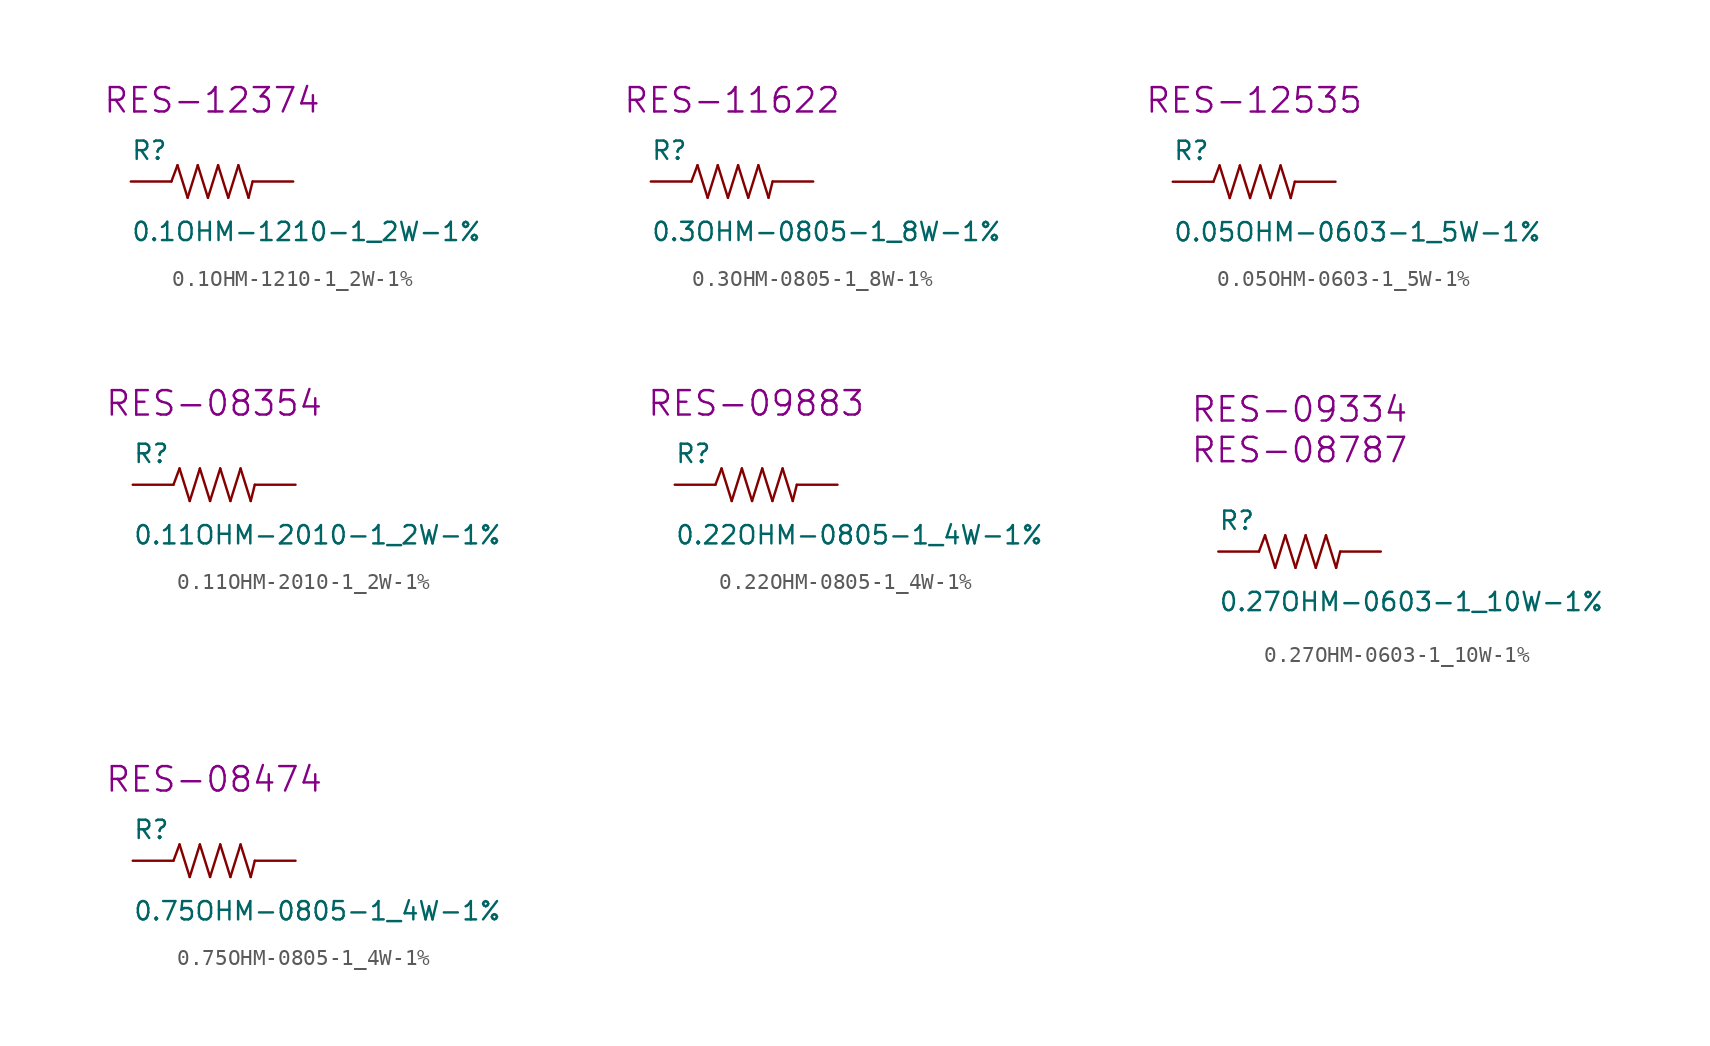
<source format=kicad_sym>
(kicad_symbol_lib
  (version 20211014)
  (generator kicad_symbol_editor)
  (symbol "0.1OHM-1210-1_2W-1%"
    (pin_numbers hide)
    (pin_names
      (offset 1.016) hide)
    (property "Reference" "R"
      (at -5.08 1.27 0)
      (effects (font (size 1.143 1.143)) (justify left bottom)))
    (property "Value" "0.1OHM-1210-1_2W-1%"
      (at -5.08 -3.81 0)
      (effects (font (size 1.143 1.143)) (justify left bottom)))
    (property "Field4" "RES-12374"
      (at 0 5.08 0)
      (effects (font (size 1.524 1.524))))
    (property "ki_locked" ""
      (at 0 0 0)
      (effects (font (size 1.27 1.27))))
    (symbol "0.1OHM-1210-1_2W-1%_1_0"
      (polyline (pts (xy -2.54 0) (xy -2.159 1.016)) (stroke (width 0) (type default) (color 0 0 0 0)) (fill (type none)))
      (polyline (pts (xy -2.159 1.016) (xy -1.524 -1.016)) (stroke (width 0) (type default) (color 0 0 0 0)) (fill (type none)))
      (polyline (pts (xy -1.524 -1.016) (xy -0.889 1.016)) (stroke (width 0) (type default) (color 0 0 0 0)) (fill (type none)))
      (polyline (pts (xy -0.889 1.016) (xy -0.254 -1.016)) (stroke (width 0) (type default) (color 0 0 0 0)) (fill (type none)))
      (polyline (pts (xy -0.254 -1.016) (xy 0.381 1.016)) (stroke (width 0) (type default) (color 0 0 0 0)) (fill (type none)))
      (polyline (pts (xy 0.381 1.016) (xy 1.016 -1.016)) (stroke (width 0) (type default) (color 0 0 0 0)) (fill (type none)))
      (polyline (pts (xy 1.016 -1.016) (xy 1.651 1.016)) (stroke (width 0) (type default) (color 0 0 0 0)) (fill (type none)))
      (polyline (pts (xy 1.651 1.016) (xy 2.286 -1.016)) (stroke (width 0) (type default) (color 0 0 0 0)) (fill (type none)))
      (polyline (pts (xy 2.286 -1.016) (xy 2.54 0)) (stroke (width 0) (type default) (color 0 0 0 0)) (fill (type none))))
    (symbol "0.1OHM-1210-1_2W-1%_1_1"
      (pin passive line (at -5.08 0 0) (length 2.54) (name "1" (effects (font (size 1.016 1.016)))) (number "1" (effects (font (size 1.016 1.016)))))
      (pin passive line (at 5.08 0 180) (length 2.54) (name "2" (effects (font (size 1.016 1.016)))) (number "2" (effects (font (size 1.016 1.016)))))))
  (symbol "0.3OHM-0805-1_8W-1%"
    (pin_numbers hide)
    (pin_names
      (offset 1.016) hide)
    (property "Reference" "R"
      (at -5.08 1.27 0)
      (effects (font (size 1.143 1.143)) (justify left bottom)))
    (property "Value" "0.3OHM-0805-1_8W-1%"
      (at -5.08 -3.81 0)
      (effects (font (size 1.143 1.143)) (justify left bottom)))
    (property "Field4" "RES-11622"
      (at 0 5.08 0)
      (effects (font (size 1.524 1.524))))
    (property "ki_locked" ""
      (at 0 0 0)
      (effects (font (size 1.27 1.27))))
    (symbol "0.3OHM-0805-1_8W-1%_1_0"
      (polyline (pts (xy -2.54 0) (xy -2.159 1.016)) (stroke (width 0) (type default) (color 0 0 0 0)) (fill (type none)))
      (polyline (pts (xy -2.159 1.016) (xy -1.524 -1.016)) (stroke (width 0) (type default) (color 0 0 0 0)) (fill (type none)))
      (polyline (pts (xy -1.524 -1.016) (xy -0.889 1.016)) (stroke (width 0) (type default) (color 0 0 0 0)) (fill (type none)))
      (polyline (pts (xy -0.889 1.016) (xy -0.254 -1.016)) (stroke (width 0) (type default) (color 0 0 0 0)) (fill (type none)))
      (polyline (pts (xy -0.254 -1.016) (xy 0.381 1.016)) (stroke (width 0) (type default) (color 0 0 0 0)) (fill (type none)))
      (polyline (pts (xy 0.381 1.016) (xy 1.016 -1.016)) (stroke (width 0) (type default) (color 0 0 0 0)) (fill (type none)))
      (polyline (pts (xy 1.016 -1.016) (xy 1.651 1.016)) (stroke (width 0) (type default) (color 0 0 0 0)) (fill (type none)))
      (polyline (pts (xy 1.651 1.016) (xy 2.286 -1.016)) (stroke (width 0) (type default) (color 0 0 0 0)) (fill (type none)))
      (polyline (pts (xy 2.286 -1.016) (xy 2.54 0)) (stroke (width 0) (type default) (color 0 0 0 0)) (fill (type none))))
    (symbol "0.3OHM-0805-1_8W-1%_1_1"
      (pin passive line (at -5.08 0 0) (length 2.54) (name "1" (effects (font (size 1.016 1.016)))) (number "1" (effects (font (size 1.016 1.016)))))
      (pin passive line (at 5.08 0 180) (length 2.54) (name "2" (effects (font (size 1.016 1.016)))) (number "2" (effects (font (size 1.016 1.016)))))))
  (symbol "0.05OHM-0603-1_5W-1%"
    (pin_numbers hide)
    (pin_names
      (offset 1.016) hide)
    (property "Reference" "R"
      (at -5.08 1.27 0)
      (effects (font (size 1.143 1.143)) (justify left bottom)))
    (property "Value" "0.05OHM-0603-1_5W-1%"
      (at -5.08 -3.81 0)
      (effects (font (size 1.143 1.143)) (justify left bottom)))
    (property "Field4" "RES-12535"
      (at 0 5.08 0)
      (effects (font (size 1.524 1.524))))
    (property "ki_locked" ""
      (at 0 0 0)
      (effects (font (size 1.27 1.27))))
    (symbol "0.05OHM-0603-1_5W-1%_1_0"
      (polyline (pts (xy -2.54 0) (xy -2.159 1.016)) (stroke (width 0) (type default) (color 0 0 0 0)) (fill (type none)))
      (polyline (pts (xy -2.159 1.016) (xy -1.524 -1.016)) (stroke (width 0) (type default) (color 0 0 0 0)) (fill (type none)))
      (polyline (pts (xy -1.524 -1.016) (xy -0.889 1.016)) (stroke (width 0) (type default) (color 0 0 0 0)) (fill (type none)))
      (polyline (pts (xy -0.889 1.016) (xy -0.254 -1.016)) (stroke (width 0) (type default) (color 0 0 0 0)) (fill (type none)))
      (polyline (pts (xy -0.254 -1.016) (xy 0.381 1.016)) (stroke (width 0) (type default) (color 0 0 0 0)) (fill (type none)))
      (polyline (pts (xy 0.381 1.016) (xy 1.016 -1.016)) (stroke (width 0) (type default) (color 0 0 0 0)) (fill (type none)))
      (polyline (pts (xy 1.016 -1.016) (xy 1.651 1.016)) (stroke (width 0) (type default) (color 0 0 0 0)) (fill (type none)))
      (polyline (pts (xy 1.651 1.016) (xy 2.286 -1.016)) (stroke (width 0) (type default) (color 0 0 0 0)) (fill (type none)))
      (polyline (pts (xy 2.286 -1.016) (xy 2.54 0)) (stroke (width 0) (type default) (color 0 0 0 0)) (fill (type none))))
    (symbol "0.05OHM-0603-1_5W-1%_1_1"
      (pin passive line (at -5.08 0 0) (length 2.54) (name "1" (effects (font (size 1.016 1.016)))) (number "1" (effects (font (size 1.016 1.016)))))
      (pin passive line (at 5.08 0 180) (length 2.54) (name "2" (effects (font (size 1.016 1.016)))) (number "2" (effects (font (size 1.016 1.016)))))))
  (symbol "0.11OHM-2010-1_2W-1%"
    (pin_numbers hide)
    (pin_names
      (offset 1.016) hide)
    (property "Reference" "R"
      (at -5.08 1.27 0)
      (effects (font (size 1.143 1.143)) (justify left bottom)))
    (property "Value" "0.11OHM-2010-1_2W-1%"
      (at -5.08 -3.81 0)
      (effects (font (size 1.143 1.143)) (justify left bottom)))
    (property "Field4" "RES-08354"
      (at 0 5.08 0)
      (effects (font (size 1.524 1.524))))
    (property "ki_locked" ""
      (at 0 0 0)
      (effects (font (size 1.27 1.27))))
    (symbol "0.11OHM-2010-1_2W-1%_1_0"
      (polyline (pts (xy -2.54 0) (xy -2.159 1.016)) (stroke (width 0) (type default) (color 0 0 0 0)) (fill (type none)))
      (polyline (pts (xy -2.159 1.016) (xy -1.524 -1.016)) (stroke (width 0) (type default) (color 0 0 0 0)) (fill (type none)))
      (polyline (pts (xy -1.524 -1.016) (xy -0.889 1.016)) (stroke (width 0) (type default) (color 0 0 0 0)) (fill (type none)))
      (polyline (pts (xy -0.889 1.016) (xy -0.254 -1.016)) (stroke (width 0) (type default) (color 0 0 0 0)) (fill (type none)))
      (polyline (pts (xy -0.254 -1.016) (xy 0.381 1.016)) (stroke (width 0) (type default) (color 0 0 0 0)) (fill (type none)))
      (polyline (pts (xy 0.381 1.016) (xy 1.016 -1.016)) (stroke (width 0) (type default) (color 0 0 0 0)) (fill (type none)))
      (polyline (pts (xy 1.016 -1.016) (xy 1.651 1.016)) (stroke (width 0) (type default) (color 0 0 0 0)) (fill (type none)))
      (polyline (pts (xy 1.651 1.016) (xy 2.286 -1.016)) (stroke (width 0) (type default) (color 0 0 0 0)) (fill (type none)))
      (polyline (pts (xy 2.286 -1.016) (xy 2.54 0)) (stroke (width 0) (type default) (color 0 0 0 0)) (fill (type none))))
    (symbol "0.11OHM-2010-1_2W-1%_1_1"
      (pin passive line (at -5.08 0 0) (length 2.54) (name "1" (effects (font (size 1.016 1.016)))) (number "1" (effects (font (size 1.016 1.016)))))
      (pin passive line (at 5.08 0 180) (length 2.54) (name "2" (effects (font (size 1.016 1.016)))) (number "2" (effects (font (size 1.016 1.016)))))))
  (symbol "0.22OHM-0805-1_4W-1%"
    (pin_numbers hide)
    (pin_names
      (offset 1.016) hide)
    (property "Reference" "R"
      (at -5.08 1.27 0)
      (effects (font (size 1.143 1.143)) (justify left bottom)))
    (property "Value" "0.22OHM-0805-1_4W-1%"
      (at -5.08 -3.81 0)
      (effects (font (size 1.143 1.143)) (justify left bottom)))
    (property "Field4" "RES-09883"
      (at 0 5.08 0)
      (effects (font (size 1.524 1.524))))
    (property "ki_locked" ""
      (at 0 0 0)
      (effects (font (size 1.27 1.27))))
    (symbol "0.22OHM-0805-1_4W-1%_1_0"
      (polyline (pts (xy -2.54 0) (xy -2.159 1.016)) (stroke (width 0) (type default) (color 0 0 0 0)) (fill (type none)))
      (polyline (pts (xy -2.159 1.016) (xy -1.524 -1.016)) (stroke (width 0) (type default) (color 0 0 0 0)) (fill (type none)))
      (polyline (pts (xy -1.524 -1.016) (xy -0.889 1.016)) (stroke (width 0) (type default) (color 0 0 0 0)) (fill (type none)))
      (polyline (pts (xy -0.889 1.016) (xy -0.254 -1.016)) (stroke (width 0) (type default) (color 0 0 0 0)) (fill (type none)))
      (polyline (pts (xy -0.254 -1.016) (xy 0.381 1.016)) (stroke (width 0) (type default) (color 0 0 0 0)) (fill (type none)))
      (polyline (pts (xy 0.381 1.016) (xy 1.016 -1.016)) (stroke (width 0) (type default) (color 0 0 0 0)) (fill (type none)))
      (polyline (pts (xy 1.016 -1.016) (xy 1.651 1.016)) (stroke (width 0) (type default) (color 0 0 0 0)) (fill (type none)))
      (polyline (pts (xy 1.651 1.016) (xy 2.286 -1.016)) (stroke (width 0) (type default) (color 0 0 0 0)) (fill (type none)))
      (polyline (pts (xy 2.286 -1.016) (xy 2.54 0)) (stroke (width 0) (type default) (color 0 0 0 0)) (fill (type none))))
    (symbol "0.22OHM-0805-1_4W-1%_1_1"
      (pin passive line (at -5.08 0 0) (length 2.54) (name "1" (effects (font (size 1.016 1.016)))) (number "1" (effects (font (size 1.016 1.016)))))
      (pin passive line (at 5.08 0 180) (length 2.54) (name "2" (effects (font (size 1.016 1.016)))) (number "2" (effects (font (size 1.016 1.016)))))))
  (symbol "0.27OHM-0603-1_10W-1%"
    (pin_numbers hide)
    (pin_names
      (offset 1.016) hide)
    (property "Reference" "R"
      (at -5.08 1.27 0)
      (effects (font (size 1.143 1.143)) (justify left bottom)))
    (property "Value" "0.27OHM-0603-1_10W-1%"
      (at -5.08 -3.81 0)
      (effects (font (size 1.143 1.143)) (justify left bottom)))
    (property "Field4" "RES-08787"
      (at 0 6.35 0)
      (effects (font (size 1.524 1.524))))
    (property "Field5" "RES-09334"
      (at 0 8.89 0)
      (effects (font (size 1.524 1.524))))
    (property "ki_locked" ""
      (at 0 0 0)
      (effects (font (size 1.27 1.27))))
    (symbol "0.27OHM-0603-1_10W-1%_1_0"
      (polyline (pts (xy -2.54 0) (xy -2.159 1.016)) (stroke (width 0) (type default) (color 0 0 0 0)) (fill (type none)))
      (polyline (pts (xy -2.159 1.016) (xy -1.524 -1.016)) (stroke (width 0) (type default) (color 0 0 0 0)) (fill (type none)))
      (polyline (pts (xy -1.524 -1.016) (xy -0.889 1.016)) (stroke (width 0) (type default) (color 0 0 0 0)) (fill (type none)))
      (polyline (pts (xy -0.889 1.016) (xy -0.254 -1.016)) (stroke (width 0) (type default) (color 0 0 0 0)) (fill (type none)))
      (polyline (pts (xy -0.254 -1.016) (xy 0.381 1.016)) (stroke (width 0) (type default) (color 0 0 0 0)) (fill (type none)))
      (polyline (pts (xy 0.381 1.016) (xy 1.016 -1.016)) (stroke (width 0) (type default) (color 0 0 0 0)) (fill (type none)))
      (polyline (pts (xy 1.016 -1.016) (xy 1.651 1.016)) (stroke (width 0) (type default) (color 0 0 0 0)) (fill (type none)))
      (polyline (pts (xy 1.651 1.016) (xy 2.286 -1.016)) (stroke (width 0) (type default) (color 0 0 0 0)) (fill (type none)))
      (polyline (pts (xy 2.286 -1.016) (xy 2.54 0)) (stroke (width 0) (type default) (color 0 0 0 0)) (fill (type none))))
    (symbol "0.27OHM-0603-1_10W-1%_1_1"
      (pin passive line (at -5.08 0 0) (length 2.54) (name "1" (effects (font (size 1.016 1.016)))) (number "1" (effects (font (size 1.016 1.016)))))
      (pin passive line (at 5.08 0 180) (length 2.54) (name "2" (effects (font (size 1.016 1.016)))) (number "2" (effects (font (size 1.016 1.016)))))))
  (symbol "0.75OHM-0805-1_4W-1%"
    (pin_numbers hide)
    (pin_names
      (offset 1.016) hide)
    (property "Reference" "R"
      (at -5.08 1.27 0)
      (effects (font (size 1.143 1.143)) (justify left bottom)))
    (property "Value" "0.75OHM-0805-1_4W-1%"
      (at -5.08 -3.81 0)
      (effects (font (size 1.143 1.143)) (justify left bottom)))
    (property "Field4" "RES-08474"
      (at 0 5.08 0)
      (effects (font (size 1.524 1.524))))
    (property "ki_locked" ""
      (at 0 0 0)
      (effects (font (size 1.27 1.27))))
    (symbol "0.75OHM-0805-1_4W-1%_1_0"
      (polyline (pts (xy -2.54 0) (xy -2.159 1.016)) (stroke (width 0) (type default) (color 0 0 0 0)) (fill (type none)))
      (polyline (pts (xy -2.159 1.016) (xy -1.524 -1.016)) (stroke (width 0) (type default) (color 0 0 0 0)) (fill (type none)))
      (polyline (pts (xy -1.524 -1.016) (xy -0.889 1.016)) (stroke (width 0) (type default) (color 0 0 0 0)) (fill (type none)))
      (polyline (pts (xy -0.889 1.016) (xy -0.254 -1.016)) (stroke (width 0) (type default) (color 0 0 0 0)) (fill (type none)))
      (polyline (pts (xy -0.254 -1.016) (xy 0.381 1.016)) (stroke (width 0) (type default) (color 0 0 0 0)) (fill (type none)))
      (polyline (pts (xy 0.381 1.016) (xy 1.016 -1.016)) (stroke (width 0) (type default) (color 0 0 0 0)) (fill (type none)))
      (polyline (pts (xy 1.016 -1.016) (xy 1.651 1.016)) (stroke (width 0) (type default) (color 0 0 0 0)) (fill (type none)))
      (polyline (pts (xy 1.651 1.016) (xy 2.286 -1.016)) (stroke (width 0) (type default) (color 0 0 0 0)) (fill (type none)))
      (polyline (pts (xy 2.286 -1.016) (xy 2.54 0)) (stroke (width 0) (type default) (color 0 0 0 0)) (fill (type none))))
    (symbol "0.75OHM-0805-1_4W-1%_1_1"
      (pin passive line (at -5.08 0 0) (length 2.54) (name "1" (effects (font (size 1.016 1.016)))) (number "1" (effects (font (size 1.016 1.016)))))
      (pin passive line (at 5.08 0 180) (length 2.54) (name "2" (effects (font (size 1.016 1.016)))) (number "2" (effects (font (size 1.016 1.016))))))))
</source>
